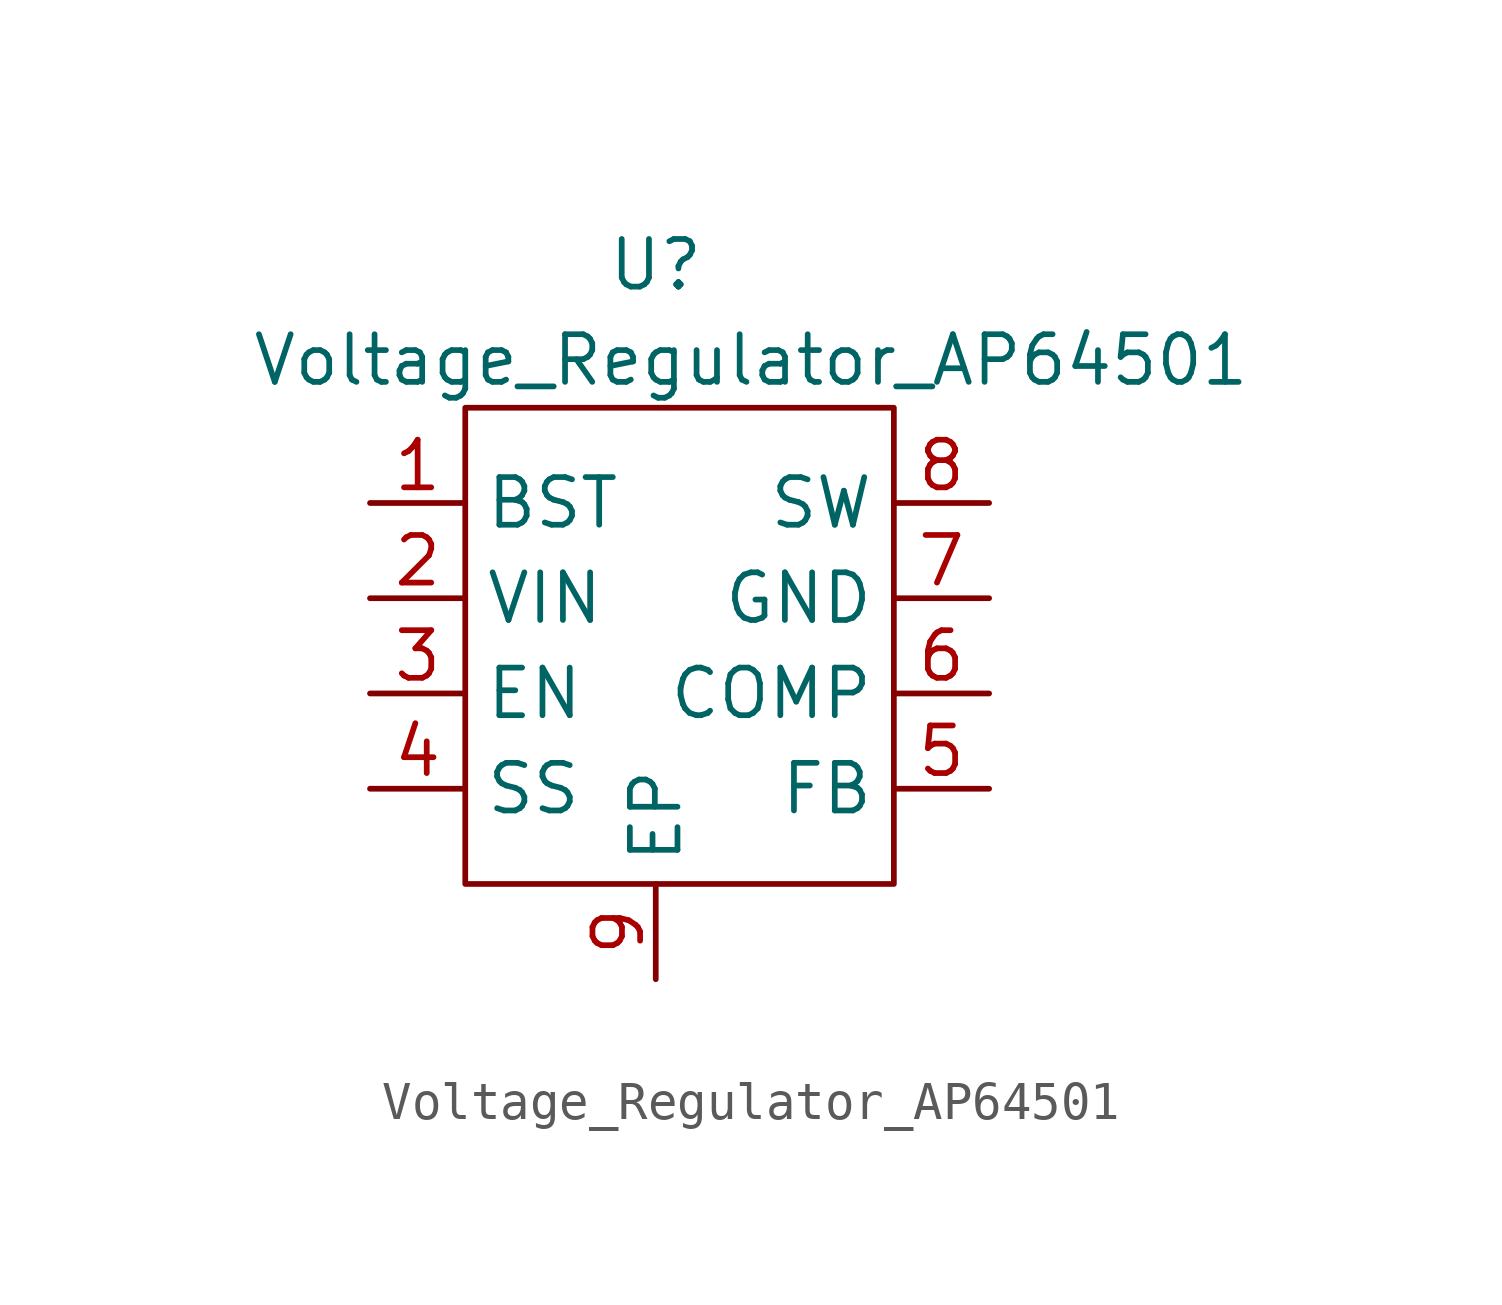
<source format=kicad_sym>
(kicad_symbol_lib
  (version 20201005)
  (generator kicad_symbol_editor)
  (symbol "NB3_charger:Voltage_Regulator_AP64501"
    (property "Reference" "U"
      (at 5.08 3.81 0)
      (effects (font (size 1.27 1.27))))
    (property "Value" "Voltage_Regulator_AP64501"
      (at 7.62 1.27 0)
      (effects (font (size 1.27 1.27))))
    (symbol "Voltage_Regulator_AP64501_0_1"
      (rectangle (start 0 0) (end 11.43 -12.7) (stroke (width 0)) (fill (type none))))
    (symbol "Voltage_Regulator_AP64501_1_1"
      (pin passive line (at -2.54 -2.54 0) (length 2.54) (name "BST" (effects (font (size 1.27 1.27)))) (number "1" (effects (font (size 1.27 1.27)))))
      (pin power_in line (at -2.54 -5.08 0) (length 2.54) (name "VIN" (effects (font (size 1.27 1.27)))) (number "2" (effects (font (size 1.27 1.27)))))
      (pin input line (at -2.54 -7.62 0) (length 2.54) (name "EN" (effects (font (size 1.27 1.27)))) (number "3" (effects (font (size 1.27 1.27)))))
      (pin input line (at -2.54 -10.16 0) (length 2.54) (name "SS" (effects (font (size 1.27 1.27)))) (number "4" (effects (font (size 1.27 1.27)))))
      (pin input line (at 13.97 -10.16 180) (length 2.54) (name "FB" (effects (font (size 1.27 1.27)))) (number "5" (effects (font (size 1.27 1.27)))))
      (pin input line (at 13.97 -7.62 180) (length 2.54) (name "COMP" (effects (font (size 1.27 1.27)))) (number "6" (effects (font (size 1.27 1.27)))))
      (pin power_in line (at 13.97 -5.08 180) (length 2.54) (name "GND" (effects (font (size 1.27 1.27)))) (number "7" (effects (font (size 1.27 1.27)))))
      (pin output line (at 13.97 -2.54 180) (length 2.54) (name "SW" (effects (font (size 1.27 1.27)))) (number "8" (effects (font (size 1.27 1.27)))))
      (pin passive line (at 5.08 -15.24 90) (length 2.54) (name "EP" (effects (font (size 1.27 1.27)))) (number "9" (effects (font (size 1.27 1.27))))))))
</source>
